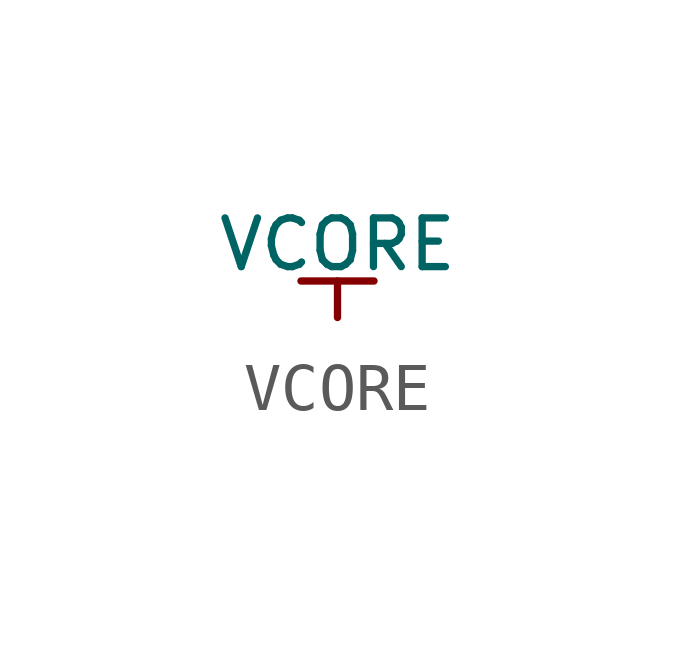
<source format=kicad_sym>
(kicad_symbol_lib
  (version 20211014)
  (generator kicad_symbol_editor)
  (symbol "VCORE"
    (power)
    (pin_numbers hide)
    (pin_names
      (offset 0) hide)
    (property "Reference" "#PWR"
      (at 0.254 0 0)
      (effects (font (size 0.508 0.508)) hide))
    (property "Value" "VCORE"
      (at 0 1.524 0)
      (effects (font (size 1.016 1.016))))
    (symbol "VCORE_0_1"
      (polyline (pts (xy -0.762 0.762) (xy 0.762 0.762)) (stroke (width 0) (type default) (color 0 0 0 0)) (fill (type none)))
      (polyline (pts (xy 0 0) (xy 0 0.762)) (stroke (width 0) (type default) (color 0 0 0 0)) (fill (type none))))
    (symbol "VCORE_1_1"
      (pin power_in line (at 0 0 90) (length 0) hide (name "VCORE" (effects (font (size 1.27 1.27)))) (number "1" (effects (font (size 1.27 1.27))))))))
</source>
